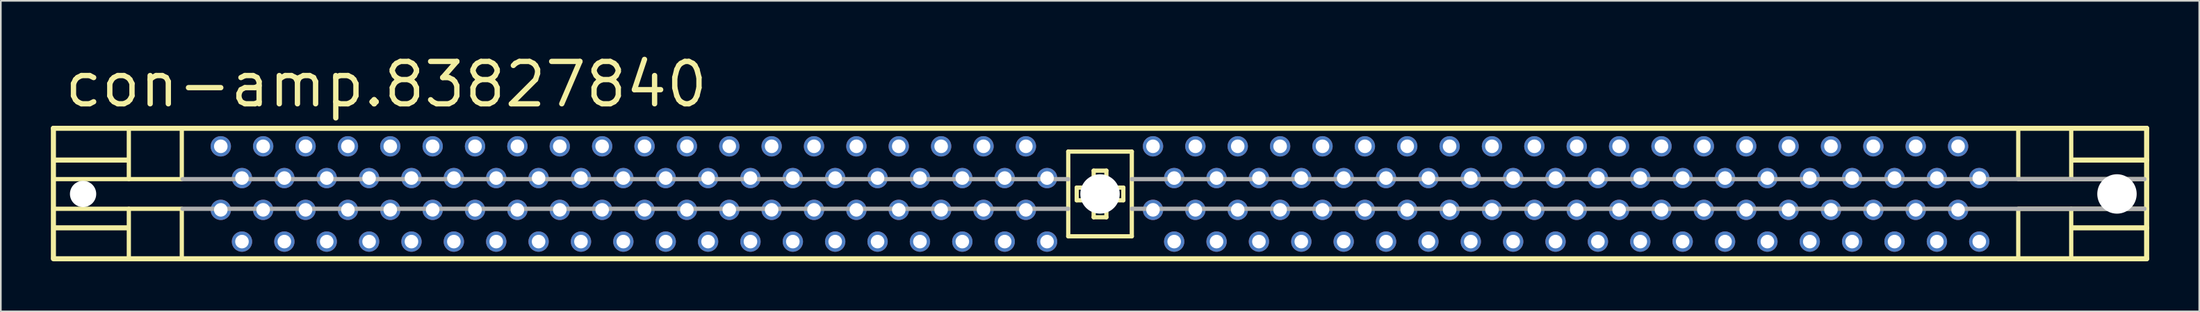
<source format=kicad_pcb>
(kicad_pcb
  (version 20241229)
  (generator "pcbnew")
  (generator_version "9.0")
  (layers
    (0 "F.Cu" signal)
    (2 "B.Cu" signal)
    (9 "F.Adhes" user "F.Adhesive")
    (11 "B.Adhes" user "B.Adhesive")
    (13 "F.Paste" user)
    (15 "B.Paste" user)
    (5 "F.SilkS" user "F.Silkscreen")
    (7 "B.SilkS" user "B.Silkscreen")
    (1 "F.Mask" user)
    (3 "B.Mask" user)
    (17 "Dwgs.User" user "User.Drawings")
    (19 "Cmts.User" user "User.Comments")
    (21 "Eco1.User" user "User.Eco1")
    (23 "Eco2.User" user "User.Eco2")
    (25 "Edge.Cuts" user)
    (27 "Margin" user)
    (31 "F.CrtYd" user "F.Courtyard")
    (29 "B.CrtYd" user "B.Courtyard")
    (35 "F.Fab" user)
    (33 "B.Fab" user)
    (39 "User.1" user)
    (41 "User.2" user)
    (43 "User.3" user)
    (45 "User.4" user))
  (footprint "con-amp.83827840"
    (layer "F.Cu")
    (at 62.89 8.58)
    (property "Reference" "con-amp.83827840" (at -62.23 -5.08 0) (layer "F.SilkS") (effects (font (size 2.54 2.54) (thickness 0.32)) (justify left bottom)))
    (attr through_hole)
    (fp_line (start -62.738 -3.937) (end -62.738 3.81) (stroke (width 0.305) (type default)) (layer "F.SilkS"))
    (fp_line (start -62.738 -3.937) (end 62.738 -3.937) (stroke (width 0.305) (type default)) (layer "F.SilkS"))
    (fp_line (start -62.738 -0.889) (end -55.118 -0.889) (stroke (width 0.254) (type default)) (layer "F.SilkS"))
    (fp_line (start -62.738 0.889) (end -55.118 0.889) (stroke (width 0.254) (type default)) (layer "F.SilkS"))
    (fp_line (start -62.611 -2.032) (end -58.293 -2.032) (stroke (width 0.305) (type default)) (layer "F.SilkS"))
    (fp_line (start -62.611 2.032) (end -58.293 2.032) (stroke (width 0.305) (type default)) (layer "F.SilkS"))
    (fp_line (start -58.217 -3.861) (end -58.217 -0.889) (stroke (width 0.254) (type default)) (layer "F.SilkS"))
    (fp_line (start -58.217 0.889) (end -58.217 3.81) (stroke (width 0.254) (type default)) (layer "F.SilkS"))
    (fp_line (start -55.042 -3.861) (end -55.042 -0.889) (stroke (width 0.254) (type default)) (layer "F.SilkS"))
    (fp_line (start -55.042 0.889) (end -55.042 3.81) (stroke (width 0.254) (type default)) (layer "F.SilkS"))
    (fp_line (start -1.905 -2.54) (end -1.905 2.54) (stroke (width 0.254) (type default)) (layer "F.SilkS"))
    (fp_line (start -1.905 2.54) (end 1.905 2.54) (stroke (width 0.254) (type default)) (layer "F.SilkS"))
    (fp_line (start -1.397 -0.381) (end -1.397 0.381) (stroke (width 0.254) (type default)) (layer "F.SilkS"))
    (fp_line (start -1.397 0.381) (end -0.381 0.381) (stroke (width 0.254) (type default)) (layer "F.SilkS"))
    (fp_line (start -0.381 -1.397) (end -0.381 -0.381) (stroke (width 0.254) (type default)) (layer "F.SilkS"))
    (fp_line (start -0.381 -0.381) (end -1.397 -0.381) (stroke (width 0.254) (type default)) (layer "F.SilkS"))
    (fp_line (start -0.381 0.381) (end -0.381 1.397) (stroke (width 0.254) (type default)) (layer "F.SilkS"))
    (fp_line (start -0.381 1.397) (end 0.381 1.397) (stroke (width 0.254) (type default)) (layer "F.SilkS"))
    (fp_line (start 0.381 -1.397) (end -0.381 -1.397) (stroke (width 0.254) (type default)) (layer "F.SilkS"))
    (fp_line (start 0.381 -0.381) (end 0.381 -1.397) (stroke (width 0.254) (type default)) (layer "F.SilkS"))
    (fp_line (start 0.381 0.381) (end 1.397 0.381) (stroke (width 0.254) (type default)) (layer "F.SilkS"))
    (fp_line (start 0.381 1.397) (end 0.381 0.381) (stroke (width 0.254) (type default)) (layer "F.SilkS"))
    (fp_line (start 1.397 -0.381) (end 0.381 -0.381) (stroke (width 0.254) (type default)) (layer "F.SilkS"))
    (fp_line (start 1.397 0.381) (end 1.397 -0.381) (stroke (width 0.254) (type default)) (layer "F.SilkS"))
    (fp_line (start 1.905 -2.54) (end -1.905 -2.54) (stroke (width 0.254) (type default)) (layer "F.SilkS"))
    (fp_line (start 1.905 2.54) (end 1.905 -2.54) (stroke (width 0.254) (type default)) (layer "F.SilkS"))
    (fp_line (start 55.042 -3.861) (end 55.042 -0.889) (stroke (width 0.254) (type default)) (layer "F.SilkS"))
    (fp_line (start 55.042 0.889) (end 55.042 3.81) (stroke (width 0.254) (type default)) (layer "F.SilkS"))
    (fp_line (start 58.217 -3.861) (end 58.217 -0.889) (stroke (width 0.254) (type default)) (layer "F.SilkS"))
    (fp_line (start 58.217 0.889) (end 58.217 3.81) (stroke (width 0.254) (type default)) (layer "F.SilkS"))
    (fp_line (start 62.738 -3.937) (end 62.738 -2.032) (stroke (width 0.305) (type default)) (layer "F.SilkS"))
    (fp_line (start 62.738 -2.032) (end 58.293 -2.032) (stroke (width 0.305) (type default)) (layer "F.SilkS"))
    (fp_line (start 62.738 -2.032) (end 62.738 -0.889) (stroke (width 0.305) (type default)) (layer "F.SilkS"))
    (fp_line (start 62.738 -0.889) (end 55.118 -0.889) (stroke (width 0.254) (type default)) (layer "F.SilkS"))
    (fp_line (start 62.738 -0.889) (end 62.738 0.889) (stroke (width 0.305) (type default)) (layer "F.SilkS"))
    (fp_line (start 62.738 0.889) (end 55.118 0.889) (stroke (width 0.254) (type default)) (layer "F.SilkS"))
    (fp_line (start 62.738 0.889) (end 62.738 2.032) (stroke (width 0.305) (type default)) (layer "F.SilkS"))
    (fp_line (start 62.738 2.032) (end 58.293 2.032) (stroke (width 0.305) (type default)) (layer "F.SilkS"))
    (fp_line (start 62.738 2.032) (end 62.738 3.886) (stroke (width 0.305) (type default)) (layer "F.SilkS"))
    (fp_line (start 62.738 3.886) (end -62.738 3.886) (stroke (width 0.305) (type default)) (layer "F.SilkS"))
    (fp_line (start -54.991 -0.889) (end -1.905 -0.889) (stroke (width 0.254) (type default)) (layer "F.Fab"))
    (fp_line (start -54.991 0.889) (end -1.905 0.889) (stroke (width 0.254) (type default)) (layer "F.Fab"))
    (fp_line (start 1.905 -0.889) (end 62.611 -0.889) (stroke (width 0.254) (type default)) (layer "F.Fab"))
    (fp_line (start 1.905 0.889) (end 62.611 0.889) (stroke (width 0.254) (type default)) (layer "F.Fab"))
    (pad "" np_thru_hole circle (at -60.96 0) (size 1.575 1.575) (drill 1.575) (layers "*.Cu" "*.Mask"))
    (pad "" np_thru_hole circle (at 0 0) (size 2.362 2.362) (drill 2.362) (layers "*.Cu" "*.Mask"))
    (pad "" np_thru_hole circle (at 60.96 0) (size 2.362 2.362) (drill 2.362) (layers "*.Cu" "*.Mask"))
    (pad "1" thru_hole circle (at -52.705 0.953) (size 1.219 1.219) (drill 0.813) (layers "*.Cu" "*.Mask"))
    (pad "2" thru_hole circle (at -51.435 2.857) (size 1.219 1.219) (drill 0.813) (layers "*.Cu" "*.Mask"))
    (pad "3" thru_hole circle (at -50.165 0.953) (size 1.219 1.219) (drill 0.813) (layers "*.Cu" "*.Mask"))
    (pad "4" thru_hole circle (at -48.895 2.857) (size 1.219 1.219) (drill 0.813) (layers "*.Cu" "*.Mask"))
    (pad "5" thru_hole circle (at -47.625 0.953) (size 1.219 1.219) (drill 0.813) (layers "*.Cu" "*.Mask"))
    (pad "6" thru_hole circle (at -46.355 2.857) (size 1.219 1.219) (drill 0.813) (layers "*.Cu" "*.Mask"))
    (pad "7" thru_hole circle (at -45.085 0.953) (size 1.219 1.219) (drill 0.813) (layers "*.Cu" "*.Mask"))
    (pad "8" thru_hole circle (at -43.815 2.857) (size 1.219 1.219) (drill 0.813) (layers "*.Cu" "*.Mask"))
    (pad "9" thru_hole circle (at -42.545 0.953) (size 1.219 1.219) (drill 0.813) (layers "*.Cu" "*.Mask"))
    (pad "10" thru_hole circle (at -41.275 2.857) (size 1.219 1.219) (drill 0.813) (layers "*.Cu" "*.Mask"))
    (pad "11" thru_hole circle (at -40.005 0.953) (size 1.219 1.219) (drill 0.813) (layers "*.Cu" "*.Mask"))
    (pad "12" thru_hole circle (at -38.735 2.857) (size 1.219 1.219) (drill 0.813) (layers "*.Cu" "*.Mask"))
    (pad "13" thru_hole circle (at -37.465 0.953) (size 1.219 1.219) (drill 0.813) (layers "*.Cu" "*.Mask"))
    (pad "14" thru_hole circle (at -36.195 2.857) (size 1.219 1.219) (drill 0.813) (layers "*.Cu" "*.Mask"))
    (pad "15" thru_hole circle (at -34.925 0.953) (size 1.219 1.219) (drill 0.813) (layers "*.Cu" "*.Mask"))
    (pad "16" thru_hole circle (at -33.655 2.857) (size 1.219 1.219) (drill 0.813) (layers "*.Cu" "*.Mask"))
    (pad "17" thru_hole circle (at -32.385 0.953) (size 1.219 1.219) (drill 0.813) (layers "*.Cu" "*.Mask"))
    (pad "18" thru_hole circle (at -31.115 2.857) (size 1.219 1.219) (drill 0.813) (layers "*.Cu" "*.Mask"))
    (pad "19" thru_hole circle (at -29.845 0.953) (size 1.219 1.219) (drill 0.813) (layers "*.Cu" "*.Mask"))
    (pad "20" thru_hole circle (at -28.575 2.857) (size 1.219 1.219) (drill 0.813) (layers "*.Cu" "*.Mask"))
    (pad "21" thru_hole circle (at -27.305 0.953) (size 1.219 1.219) (drill 0.813) (layers "*.Cu" "*.Mask"))
    (pad "22" thru_hole circle (at -26.035 2.857) (size 1.219 1.219) (drill 0.813) (layers "*.Cu" "*.Mask"))
    (pad "23" thru_hole circle (at -24.765 0.953) (size 1.219 1.219) (drill 0.813) (layers "*.Cu" "*.Mask"))
    (pad "24" thru_hole circle (at -23.495 2.857) (size 1.219 1.219) (drill 0.813) (layers "*.Cu" "*.Mask"))
    (pad "25" thru_hole circle (at -22.225 0.953) (size 1.219 1.219) (drill 0.813) (layers "*.Cu" "*.Mask"))
    (pad "26" thru_hole circle (at -20.955 2.857) (size 1.219 1.219) (drill 0.813) (layers "*.Cu" "*.Mask"))
    (pad "27" thru_hole circle (at -19.685 0.953) (size 1.219 1.219) (drill 0.813) (layers "*.Cu" "*.Mask"))
    (pad "28" thru_hole circle (at -18.415 2.857) (size 1.219 1.219) (drill 0.813) (layers "*.Cu" "*.Mask"))
    (pad "29" thru_hole circle (at -17.145 0.953) (size 1.219 1.219) (drill 0.813) (layers "*.Cu" "*.Mask"))
    (pad "30" thru_hole circle (at -15.875 2.857) (size 1.219 1.219) (drill 0.813) (layers "*.Cu" "*.Mask"))
    (pad "31" thru_hole circle (at -14.605 0.953) (size 1.219 1.219) (drill 0.813) (layers "*.Cu" "*.Mask"))
    (pad "32" thru_hole circle (at -13.335 2.857) (size 1.219 1.219) (drill 0.813) (layers "*.Cu" "*.Mask"))
    (pad "33" thru_hole circle (at -12.065 0.953) (size 1.219 1.219) (drill 0.813) (layers "*.Cu" "*.Mask"))
    (pad "34" thru_hole circle (at -10.795 2.857) (size 1.219 1.219) (drill 0.813) (layers "*.Cu" "*.Mask"))
    (pad "35" thru_hole circle (at -9.525 0.953) (size 1.219 1.219) (drill 0.813) (layers "*.Cu" "*.Mask"))
    (pad "36" thru_hole circle (at -8.255 2.857) (size 1.219 1.219) (drill 0.813) (layers "*.Cu" "*.Mask"))
    (pad "37" thru_hole circle (at -6.985 0.953) (size 1.219 1.219) (drill 0.813) (layers "*.Cu" "*.Mask"))
    (pad "38" thru_hole circle (at -5.715 2.857) (size 1.219 1.219) (drill 0.813) (layers "*.Cu" "*.Mask"))
    (pad "39" thru_hole circle (at -4.445 0.953) (size 1.219 1.219) (drill 0.813) (layers "*.Cu" "*.Mask"))
    (pad "40" thru_hole circle (at -3.175 2.857) (size 1.219 1.219) (drill 0.813) (layers "*.Cu" "*.Mask"))
    (pad "41" thru_hole circle (at 3.175 0.953) (size 1.219 1.219) (drill 0.813) (layers "*.Cu" "*.Mask"))
    (pad "42" thru_hole circle (at 4.445 2.857) (size 1.219 1.219) (drill 0.813) (layers "*.Cu" "*.Mask"))
    (pad "43" thru_hole circle (at 5.715 0.953) (size 1.219 1.219) (drill 0.813) (layers "*.Cu" "*.Mask"))
    (pad "44" thru_hole circle (at 6.985 2.857) (size 1.219 1.219) (drill 0.813) (layers "*.Cu" "*.Mask"))
    (pad "45" thru_hole circle (at 8.255 0.953) (size 1.219 1.219) (drill 0.813) (layers "*.Cu" "*.Mask"))
    (pad "46" thru_hole circle (at 9.525 2.857) (size 1.219 1.219) (drill 0.813) (layers "*.Cu" "*.Mask"))
    (pad "47" thru_hole circle (at 10.795 0.953) (size 1.219 1.219) (drill 0.813) (layers "*.Cu" "*.Mask"))
    (pad "48" thru_hole circle (at 12.065 2.857) (size 1.219 1.219) (drill 0.813) (layers "*.Cu" "*.Mask"))
    (pad "49" thru_hole circle (at 13.335 0.953) (size 1.219 1.219) (drill 0.813) (layers "*.Cu" "*.Mask"))
    (pad "50" thru_hole circle (at 14.605 2.857) (size 1.219 1.219) (drill 0.813) (layers "*.Cu" "*.Mask"))
    (pad "51" thru_hole circle (at 15.875 0.953) (size 1.219 1.219) (drill 0.813) (layers "*.Cu" "*.Mask"))
    (pad "52" thru_hole circle (at 17.145 2.857) (size 1.219 1.219) (drill 0.813) (layers "*.Cu" "*.Mask"))
    (pad "53" thru_hole circle (at 18.415 0.953) (size 1.219 1.219) (drill 0.813) (layers "*.Cu" "*.Mask"))
    (pad "54" thru_hole circle (at 19.685 2.857) (size 1.219 1.219) (drill 0.813) (layers "*.Cu" "*.Mask"))
    (pad "55" thru_hole circle (at 20.955 0.953) (size 1.219 1.219) (drill 0.813) (layers "*.Cu" "*.Mask"))
    (pad "56" thru_hole circle (at 22.225 2.857) (size 1.219 1.219) (drill 0.813) (layers "*.Cu" "*.Mask"))
    (pad "57" thru_hole circle (at 23.495 0.953) (size 1.219 1.219) (drill 0.813) (layers "*.Cu" "*.Mask"))
    (pad "58" thru_hole circle (at 24.765 2.857) (size 1.219 1.219) (drill 0.813) (layers "*.Cu" "*.Mask"))
    (pad "59" thru_hole circle (at 26.035 0.953) (size 1.219 1.219) (drill 0.813) (layers "*.Cu" "*.Mask"))
    (pad "60" thru_hole circle (at 27.305 2.857) (size 1.219 1.219) (drill 0.813) (layers "*.Cu" "*.Mask"))
    (pad "61" thru_hole circle (at 28.575 0.953) (size 1.219 1.219) (drill 0.813) (layers "*.Cu" "*.Mask"))
    (pad "62" thru_hole circle (at 29.845 2.857) (size 1.219 1.219) (drill 0.813) (layers "*.Cu" "*.Mask"))
    (pad "63" thru_hole circle (at 31.115 0.953) (size 1.219 1.219) (drill 0.813) (layers "*.Cu" "*.Mask"))
    (pad "64" thru_hole circle (at 32.385 2.857) (size 1.219 1.219) (drill 0.813) (layers "*.Cu" "*.Mask"))
    (pad "65" thru_hole circle (at 33.655 0.953) (size 1.219 1.219) (drill 0.813) (layers "*.Cu" "*.Mask"))
    (pad "66" thru_hole circle (at 34.925 2.857) (size 1.219 1.219) (drill 0.813) (layers "*.Cu" "*.Mask"))
    (pad "67" thru_hole circle (at 36.195 0.953) (size 1.219 1.219) (drill 0.813) (layers "*.Cu" "*.Mask"))
    (pad "68" thru_hole circle (at 37.465 2.857) (size 1.219 1.219) (drill 0.813) (layers "*.Cu" "*.Mask"))
    (pad "69" thru_hole circle (at 38.735 0.953) (size 1.219 1.219) (drill 0.813) (layers "*.Cu" "*.Mask"))
    (pad "70" thru_hole circle (at 40.005 2.857) (size 1.219 1.219) (drill 0.813) (layers "*.Cu" "*.Mask"))
    (pad "71" thru_hole circle (at 41.275 0.953) (size 1.219 1.219) (drill 0.813) (layers "*.Cu" "*.Mask"))
    (pad "72" thru_hole circle (at 42.545 2.857) (size 1.219 1.219) (drill 0.813) (layers "*.Cu" "*.Mask"))
    (pad "73" thru_hole circle (at 43.815 0.953) (size 1.219 1.219) (drill 0.813) (layers "*.Cu" "*.Mask"))
    (pad "74" thru_hole circle (at 45.085 2.857) (size 1.219 1.219) (drill 0.813) (layers "*.Cu" "*.Mask"))
    (pad "75" thru_hole circle (at 46.355 0.953) (size 1.219 1.219) (drill 0.813) (layers "*.Cu" "*.Mask"))
    (pad "76" thru_hole circle (at 47.625 2.857) (size 1.219 1.219) (drill 0.813) (layers "*.Cu" "*.Mask"))
    (pad "77" thru_hole circle (at 48.895 0.953) (size 1.219 1.219) (drill 0.813) (layers "*.Cu" "*.Mask"))
    (pad "78" thru_hole circle (at 50.165 2.857) (size 1.219 1.219) (drill 0.813) (layers "*.Cu" "*.Mask"))
    (pad "79" thru_hole circle (at 51.435 0.953) (size 1.219 1.219) (drill 0.813) (layers "*.Cu" "*.Mask"))
    (pad "80" thru_hole circle (at 52.705 2.857) (size 1.219 1.219) (drill 0.813) (layers "*.Cu" "*.Mask"))
    (pad "81" thru_hole circle (at -52.705 -2.857) (size 1.219 1.219) (drill 0.813) (layers "*.Cu" "*.Mask"))
    (pad "82" thru_hole circle (at -51.435 -0.953) (size 1.219 1.219) (drill 0.813) (layers "*.Cu" "*.Mask"))
    (pad "83" thru_hole circle (at -50.165 -2.857) (size 1.219 1.219) (drill 0.813) (layers "*.Cu" "*.Mask"))
    (pad "84" thru_hole circle (at -48.895 -0.953) (size 1.219 1.219) (drill 0.813) (layers "*.Cu" "*.Mask"))
    (pad "85" thru_hole circle (at -47.625 -2.857) (size 1.219 1.219) (drill 0.813) (layers "*.Cu" "*.Mask"))
    (pad "86" thru_hole circle (at -46.355 -0.953) (size 1.219 1.219) (drill 0.813) (layers "*.Cu" "*.Mask"))
    (pad "87" thru_hole circle (at -45.085 -2.857) (size 1.219 1.219) (drill 0.813) (layers "*.Cu" "*.Mask"))
    (pad "88" thru_hole circle (at -43.815 -0.953) (size 1.219 1.219) (drill 0.813) (layers "*.Cu" "*.Mask"))
    (pad "89" thru_hole circle (at -42.545 -2.857) (size 1.219 1.219) (drill 0.813) (layers "*.Cu" "*.Mask"))
    (pad "90" thru_hole circle (at -41.275 -0.953) (size 1.219 1.219) (drill 0.813) (layers "*.Cu" "*.Mask"))
    (pad "91" thru_hole circle (at -40.005 -2.857) (size 1.219 1.219) (drill 0.813) (layers "*.Cu" "*.Mask"))
    (pad "92" thru_hole circle (at -38.735 -0.953) (size 1.219 1.219) (drill 0.813) (layers "*.Cu" "*.Mask"))
    (pad "93" thru_hole circle (at -37.465 -2.857) (size 1.219 1.219) (drill 0.813) (layers "*.Cu" "*.Mask"))
    (pad "94" thru_hole circle (at -36.195 -0.953) (size 1.219 1.219) (drill 0.813) (layers "*.Cu" "*.Mask"))
    (pad "95" thru_hole circle (at -34.925 -2.857) (size 1.219 1.219) (drill 0.813) (layers "*.Cu" "*.Mask"))
    (pad "96" thru_hole circle (at -33.655 -0.953) (size 1.219 1.219) (drill 0.813) (layers "*.Cu" "*.Mask"))
    (pad "97" thru_hole circle (at -32.385 -2.857) (size 1.219 1.219) (drill 0.813) (layers "*.Cu" "*.Mask"))
    (pad "98" thru_hole circle (at -31.115 -0.953) (size 1.219 1.219) (drill 0.813) (layers "*.Cu" "*.Mask"))
    (pad "99" thru_hole circle (at -29.845 -2.857) (size 1.219 1.219) (drill 0.813) (layers "*.Cu" "*.Mask"))
    (pad "100" thru_hole circle (at -28.575 -0.953) (size 1.219 1.219) (drill 0.813) (layers "*.Cu" "*.Mask"))
    (pad "101" thru_hole circle (at -27.305 -2.857) (size 1.219 1.219) (drill 0.813) (layers "*.Cu" "*.Mask"))
    (pad "102" thru_hole circle (at -26.035 -0.953) (size 1.219 1.219) (drill 0.813) (layers "*.Cu" "*.Mask"))
    (pad "103" thru_hole circle (at -24.765 -2.857) (size 1.219 1.219) (drill 0.813) (layers "*.Cu" "*.Mask"))
    (pad "104" thru_hole circle (at -23.495 -0.953) (size 1.219 1.219) (drill 0.813) (layers "*.Cu" "*.Mask"))
    (pad "105" thru_hole circle (at -22.225 -2.857) (size 1.219 1.219) (drill 0.813) (layers "*.Cu" "*.Mask"))
    (pad "106" thru_hole circle (at -20.955 -0.953) (size 1.219 1.219) (drill 0.813) (layers "*.Cu" "*.Mask"))
    (pad "107" thru_hole circle (at -19.685 -2.857) (size 1.219 1.219) (drill 0.813) (layers "*.Cu" "*.Mask"))
    (pad "108" thru_hole circle (at -18.415 -0.953) (size 1.219 1.219) (drill 0.813) (layers "*.Cu" "*.Mask"))
    (pad "109" thru_hole circle (at -17.145 -2.857) (size 1.219 1.219) (drill 0.813) (layers "*.Cu" "*.Mask"))
    (pad "110" thru_hole circle (at -15.875 -0.953) (size 1.219 1.219) (drill 0.813) (layers "*.Cu" "*.Mask"))
    (pad "111" thru_hole circle (at -14.605 -2.857) (size 1.219 1.219) (drill 0.813) (layers "*.Cu" "*.Mask"))
    (pad "112" thru_hole circle (at -13.335 -0.953) (size 1.219 1.219) (drill 0.813) (layers "*.Cu" "*.Mask"))
    (pad "113" thru_hole circle (at -12.065 -2.857) (size 1.219 1.219) (drill 0.813) (layers "*.Cu" "*.Mask"))
    (pad "114" thru_hole circle (at -10.795 -0.953) (size 1.219 1.219) (drill 0.813) (layers "*.Cu" "*.Mask"))
    (pad "115" thru_hole circle (at -9.525 -2.857) (size 1.219 1.219) (drill 0.813) (layers "*.Cu" "*.Mask"))
    (pad "116" thru_hole circle (at -8.255 -0.953) (size 1.219 1.219) (drill 0.813) (layers "*.Cu" "*.Mask"))
    (pad "117" thru_hole circle (at -6.985 -2.857) (size 1.219 1.219) (drill 0.813) (layers "*.Cu" "*.Mask"))
    (pad "118" thru_hole circle (at -5.715 -0.953) (size 1.219 1.219) (drill 0.813) (layers "*.Cu" "*.Mask"))
    (pad "119" thru_hole circle (at -4.445 -2.857) (size 1.219 1.219) (drill 0.813) (layers "*.Cu" "*.Mask"))
    (pad "120" thru_hole circle (at -3.175 -0.953) (size 1.219 1.219) (drill 0.813) (layers "*.Cu" "*.Mask"))
    (pad "121" thru_hole circle (at 3.175 -2.857) (size 1.219 1.219) (drill 0.813) (layers "*.Cu" "*.Mask"))
    (pad "122" thru_hole circle (at 4.445 -0.953) (size 1.219 1.219) (drill 0.813) (layers "*.Cu" "*.Mask"))
    (pad "123" thru_hole circle (at 5.715 -2.857) (size 1.219 1.219) (drill 0.813) (layers "*.Cu" "*.Mask"))
    (pad "124" thru_hole circle (at 6.985 -0.953) (size 1.219 1.219) (drill 0.813) (layers "*.Cu" "*.Mask"))
    (pad "125" thru_hole circle (at 8.255 -2.857) (size 1.219 1.219) (drill 0.813) (layers "*.Cu" "*.Mask"))
    (pad "126" thru_hole circle (at 9.525 -0.953) (size 1.219 1.219) (drill 0.813) (layers "*.Cu" "*.Mask"))
    (pad "127" thru_hole circle (at 10.795 -2.857) (size 1.219 1.219) (drill 0.813) (layers "*.Cu" "*.Mask"))
    (pad "128" thru_hole circle (at 12.065 -0.953) (size 1.219 1.219) (drill 0.813) (layers "*.Cu" "*.Mask"))
    (pad "129" thru_hole circle (at 13.335 -2.857) (size 1.219 1.219) (drill 0.813) (layers "*.Cu" "*.Mask"))
    (pad "130" thru_hole circle (at 14.605 -0.953) (size 1.219 1.219) (drill 0.813) (layers "*.Cu" "*.Mask"))
    (pad "131" thru_hole circle (at 15.875 -2.857) (size 1.219 1.219) (drill 0.813) (layers "*.Cu" "*.Mask"))
    (pad "132" thru_hole circle (at 17.145 -0.953) (size 1.219 1.219) (drill 0.813) (layers "*.Cu" "*.Mask"))
    (pad "133" thru_hole circle (at 18.415 -2.857) (size 1.219 1.219) (drill 0.813) (layers "*.Cu" "*.Mask"))
    (pad "134" thru_hole circle (at 19.685 -0.953) (size 1.219 1.219) (drill 0.813) (layers "*.Cu" "*.Mask"))
    (pad "135" thru_hole circle (at 20.955 -2.857) (size 1.219 1.219) (drill 0.813) (layers "*.Cu" "*.Mask"))
    (pad "136" thru_hole circle (at 22.225 -0.953) (size 1.219 1.219) (drill 0.813) (layers "*.Cu" "*.Mask"))
    (pad "137" thru_hole circle (at 23.495 -2.857) (size 1.219 1.219) (drill 0.813) (layers "*.Cu" "*.Mask"))
    (pad "138" thru_hole circle (at 24.765 -0.953) (size 1.219 1.219) (drill 0.813) (layers "*.Cu" "*.Mask"))
    (pad "139" thru_hole circle (at 26.035 -2.857) (size 1.219 1.219) (drill 0.813) (layers "*.Cu" "*.Mask"))
    (pad "140" thru_hole circle (at 27.305 -0.953) (size 1.219 1.219) (drill 0.813) (layers "*.Cu" "*.Mask"))
    (pad "141" thru_hole circle (at 28.575 -2.857) (size 1.219 1.219) (drill 0.813) (layers "*.Cu" "*.Mask"))
    (pad "142" thru_hole circle (at 29.845 -0.953) (size 1.219 1.219) (drill 0.813) (layers "*.Cu" "*.Mask"))
    (pad "143" thru_hole circle (at 31.115 -2.857) (size 1.219 1.219) (drill 0.813) (layers "*.Cu" "*.Mask"))
    (pad "144" thru_hole circle (at 32.385 -0.953) (size 1.219 1.219) (drill 0.813) (layers "*.Cu" "*.Mask"))
    (pad "145" thru_hole circle (at 33.655 -2.857) (size 1.219 1.219) (drill 0.813) (layers "*.Cu" "*.Mask"))
    (pad "146" thru_hole circle (at 34.925 -0.953) (size 1.219 1.219) (drill 0.813) (layers "*.Cu" "*.Mask"))
    (pad "147" thru_hole circle (at 36.195 -2.857) (size 1.219 1.219) (drill 0.813) (layers "*.Cu" "*.Mask"))
    (pad "148" thru_hole circle (at 37.465 -0.953) (size 1.219 1.219) (drill 0.813) (layers "*.Cu" "*.Mask"))
    (pad "149" thru_hole circle (at 38.735 -2.857) (size 1.219 1.219) (drill 0.813) (layers "*.Cu" "*.Mask"))
    (pad "150" thru_hole circle (at 40.005 -0.953) (size 1.219 1.219) (drill 0.813) (layers "*.Cu" "*.Mask"))
    (pad "151" thru_hole circle (at 41.275 -2.857) (size 1.219 1.219) (drill 0.813) (layers "*.Cu" "*.Mask"))
    (pad "152" thru_hole circle (at 42.545 -0.953) (size 1.219 1.219) (drill 0.813) (layers "*.Cu" "*.Mask"))
    (pad "153" thru_hole circle (at 43.815 -2.857) (size 1.219 1.219) (drill 0.813) (layers "*.Cu" "*.Mask"))
    (pad "154" thru_hole circle (at 45.085 -0.953) (size 1.219 1.219) (drill 0.813) (layers "*.Cu" "*.Mask"))
    (pad "155" thru_hole circle (at 46.355 -2.857) (size 1.219 1.219) (drill 0.813) (layers "*.Cu" "*.Mask"))
    (pad "156" thru_hole circle (at 47.625 -0.953) (size 1.219 1.219) (drill 0.813) (layers "*.Cu" "*.Mask"))
    (pad "157" thru_hole circle (at 48.895 -2.857) (size 1.219 1.219) (drill 0.813) (layers "*.Cu" "*.Mask"))
    (pad "158" thru_hole circle (at 50.165 -0.953) (size 1.219 1.219) (drill 0.813) (layers "*.Cu" "*.Mask"))
    (pad "159" thru_hole circle (at 51.435 -2.857) (size 1.219 1.219) (drill 0.813) (layers "*.Cu" "*.Mask"))
    (pad "160" thru_hole circle (at 52.705 -0.953) (size 1.219 1.219) (drill 0.813) (layers "*.Cu" "*.Mask")))
  (gr_rect
    (start -3 -3)
    (end 128.781 15.619)
    (stroke (width 0.1) (type default))
    (fill no)
    (layer "Edge.Cuts")))
</source>
